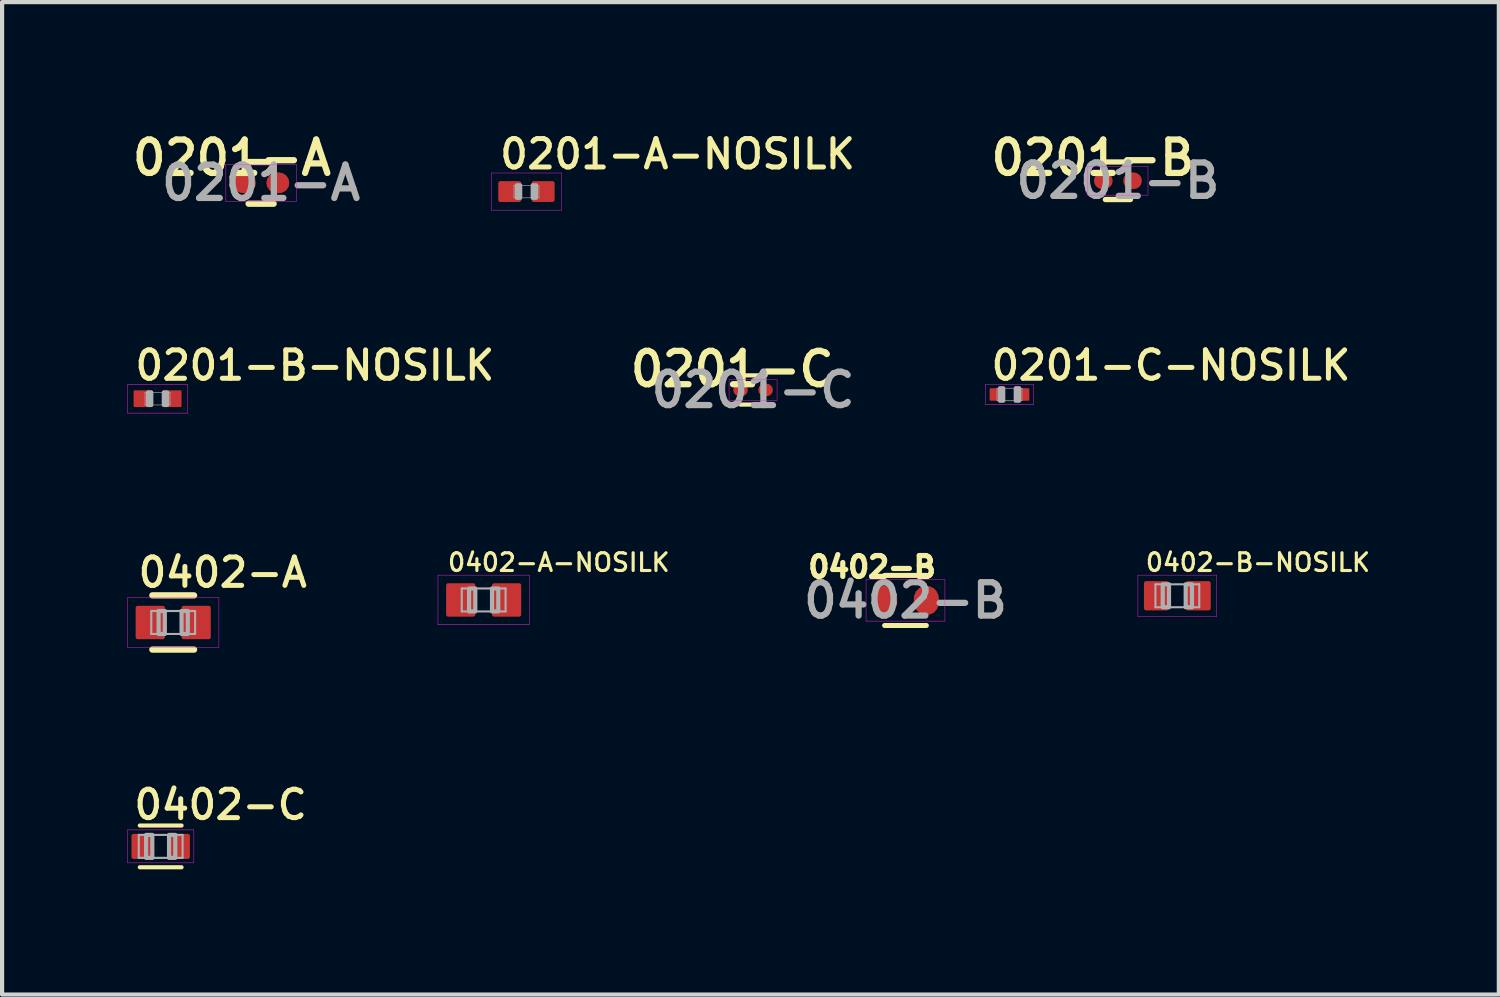
<source format=kicad_pcb>
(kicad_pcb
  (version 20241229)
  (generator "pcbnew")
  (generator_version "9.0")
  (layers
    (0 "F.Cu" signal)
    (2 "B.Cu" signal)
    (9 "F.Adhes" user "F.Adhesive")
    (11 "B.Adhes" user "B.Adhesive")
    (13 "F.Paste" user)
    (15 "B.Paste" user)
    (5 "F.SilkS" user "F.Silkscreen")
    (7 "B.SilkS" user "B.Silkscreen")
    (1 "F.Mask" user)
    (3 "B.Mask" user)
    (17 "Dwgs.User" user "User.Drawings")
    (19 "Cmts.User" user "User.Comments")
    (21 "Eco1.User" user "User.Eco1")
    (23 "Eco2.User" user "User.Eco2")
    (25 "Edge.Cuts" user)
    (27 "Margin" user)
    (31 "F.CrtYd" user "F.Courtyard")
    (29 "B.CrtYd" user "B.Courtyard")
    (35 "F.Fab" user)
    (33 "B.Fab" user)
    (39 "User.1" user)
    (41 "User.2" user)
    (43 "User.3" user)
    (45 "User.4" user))
  (footprint "0402-A-NOSILK"
    (layer "F.Cu")
    (at 8.539 11.325)
    (property "Reference" "0402-A-NOSILK" (at -0.9 -0.65 0) (layer "F.SilkS") (effects (font (size 0.425 0.425) (thickness 0.075)) (justify left bottom)))
    (fp_line (start -1.095 -0.595) (end -1.095 0.595) (stroke (width 0.01) (type solid)) (layer "F.CrtYd"))
    (fp_line (start -1.095 0.595) (end 1.095 0.595) (stroke (width 0.01) (type solid)) (layer "F.CrtYd"))
    (fp_line (start 1.095 -0.595) (end -1.095 -0.595) (stroke (width 0.01) (type solid)) (layer "F.CrtYd"))
    (fp_line (start 1.095 0.595) (end 1.095 -0.595) (stroke (width 0.01) (type solid)) (layer "F.CrtYd"))
    (fp_line (start -0.525 -0.275) (end 0.525 -0.275) (stroke (width 0.05) (type solid)) (layer "F.Fab"))
    (fp_line (start -0.525 0.275) (end -0.525 -0.275) (stroke (width 0.05) (type solid)) (layer "F.Fab"))
    (fp_line (start 0.525 -0.275) (end 0.525 0.275) (stroke (width 0.05) (type solid)) (layer "F.Fab"))
    (fp_line (start 0.525 0.275) (end -0.525 0.275) (stroke (width 0.05) (type solid)) (layer "F.Fab"))
    (fp_poly (pts (xy -0.35 0.275) (xy -0.2 0.275) (xy -0.2 -0.275) (xy -0.35 -0.275)) (stroke (width 0.1) (type default)) (fill no) (layer "F.Fab"))
    (fp_poly (pts (xy 0.2 0.275) (xy 0.35 0.275) (xy 0.35 -0.275) (xy 0.2 -0.275)) (stroke (width 0.1) (type default)) (fill no) (layer "F.Fab"))
    (pad "1" smd roundrect (at -0.55 0) (size 0.7 0.8) (layers "F.Cu" "F.Mask" "F.Paste") (roundrect_rratio 0.07))
    (pad "2" smd roundrect (at 0.55 0) (size 0.7 0.8) (layers "F.Cu" "F.Mask" "F.Paste") (roundrect_rratio 0.07)))
  (footprint "0201-C"
    (layer "F.Cu")
    (at 14.994 6.294)
    (property "Reference" "0201-C" (at -0.5 -0.5 0) (layer "F.SilkS") (effects (font (size 0.8 0.8) (thickness 0.15))))
    (attr through_hole)
    (fp_line (start -0.3 0.35) (end 0.3 0.35) (stroke (width 0.1) (type solid)) (layer "F.SilkS"))
    (fp_line (start 0.3 -0.35) (end -0.3 -0.35) (stroke (width 0.1) (type solid)) (layer "F.SilkS"))
    (fp_line (start -0.3 -0.15) (end -0.3 0.15) (stroke (width 0.015) (type solid)) (layer "Eco2.User"))
    (fp_line (start -0.3 -0.15) (end -0.3 0.15) (stroke (width 0.015) (type solid)) (layer "Eco2.User"))
    (fp_line (start -0.3 0.15) (end 0.3 0.15) (stroke (width 0.015) (type solid)) (layer "Eco2.User"))
    (fp_line (start -0.3 0.15) (end 0.3 0.15) (stroke (width 0.015) (type solid)) (layer "Eco2.User"))
    (fp_line (start 0.3 -0.15) (end -0.3 -0.15) (stroke (width 0.015) (type solid)) (layer "Eco2.User"))
    (fp_line (start 0.3 -0.15) (end -0.3 -0.15) (stroke (width 0.015) (type solid)) (layer "Eco2.User"))
    (fp_line (start 0.3 0.15) (end 0.3 -0.15) (stroke (width 0.015) (type solid)) (layer "Eco2.User"))
    (fp_line (start 0.3 0.15) (end 0.3 -0.15) (stroke (width 0.015) (type solid)) (layer "Eco2.User"))
    (fp_line (start -0.575 -0.245) (end -0.575 0.245) (stroke (width 0.01) (type solid)) (layer "F.CrtYd"))
    (fp_line (start -0.575 0.245) (end 0.575 0.245) (stroke (width 0.01) (type solid)) (layer "F.CrtYd"))
    (fp_line (start 0.575 -0.245) (end -0.575 -0.245) (stroke (width 0.01) (type solid)) (layer "F.CrtYd"))
    (fp_line (start 0.575 0.245) (end 0.575 -0.245) (stroke (width 0.01) (type solid)) (layer "F.CrtYd"))
    (fp_text user "${REFERENCE}" (at 0 0 0) (layer "F.Fab") (effects (font (size 0.8 0.8) (thickness 0.15))))
    (pad "1" smd roundrect (at -0.3 0) (size 0.35 0.3) (layers "F.Cu" "F.Mask" "F.Paste") (roundrect_rratio 0.5))
    (pad "2" smd roundrect (at 0.3 0) (size 0.35 0.3) (layers "F.Cu" "F.Mask" "F.Paste") (roundrect_rratio 0.5)))
  (footprint "0201-C-NOSILK"
    (layer "F.Cu")
    (at 21.138 6.402)
    (property "Reference" "0201-C-NOSILK" (at -0.5 -0.3 0) (layer "F.SilkS") (effects (font (size 0.68 0.68) (thickness 0.12)) (justify left bottom)))
    (fp_poly (pts (xy -0.54 0.21) (xy -0.06 0.21) (xy -0.06 -0.21) (xy -0.54 -0.21)) (stroke (width 0) (type default)) (fill yes) (layer "F.Mask"))
    (fp_poly (pts (xy 0.06 0.21) (xy 0.54 0.21) (xy 0.54 -0.21) (xy 0.06 -0.21)) (stroke (width 0) (type default)) (fill yes) (layer "F.Mask"))
    (fp_line (start -0.575 -0.245) (end -0.575 0.245) (stroke (width 0.01) (type solid)) (layer "F.CrtYd"))
    (fp_line (start -0.575 0.245) (end 0.575 0.245) (stroke (width 0.01) (type solid)) (layer "F.CrtYd"))
    (fp_line (start 0.575 -0.245) (end -0.575 -0.245) (stroke (width 0.01) (type solid)) (layer "F.CrtYd"))
    (fp_line (start 0.575 0.245) (end 0.575 -0.245) (stroke (width 0.01) (type solid)) (layer "F.CrtYd"))
    (fp_line (start -0.3 -0.15) (end -0.3 0.15) (stroke (width 0.015) (type solid)) (layer "F.Fab"))
    (fp_line (start -0.3 0.15) (end 0.3 0.15) (stroke (width 0.015) (type solid)) (layer "F.Fab"))
    (fp_line (start 0.3 -0.15) (end -0.3 -0.15) (stroke (width 0.015) (type solid)) (layer "F.Fab"))
    (fp_line (start 0.3 0.15) (end 0.3 -0.15) (stroke (width 0.015) (type solid)) (layer "F.Fab"))
    (fp_poly (pts (xy -0.23 0.15) (xy -0.15 0.15) (xy -0.15 -0.15) (xy -0.23 -0.15)) (stroke (width 0.1) (type default)) (fill no) (layer "F.Fab"))
    (fp_poly (pts (xy 0.15 0.15) (xy 0.23 0.15) (xy 0.23 -0.15) (xy 0.15 -0.15)) (stroke (width 0.1) (type default)) (fill no) (layer "F.Fab"))
    (pad "1" smd roundrect (at -0.3 0) (size 0.35 0.3) (layers "F.Cu" "F.Paste") (roundrect_rratio 0.08))
    (pad "2" smd roundrect (at 0.3 0) (size 0.35 0.3) (layers "F.Cu" "F.Paste") (roundrect_rratio 0.08)))
  (footprint "0201-A"
    (layer "F.Cu")
    (at 3.207 1.331)
    (property "Reference" "0201-A" (at -0.7 -0.6 0) (layer "F.SilkS") (effects (font (size 0.8 0.8) (thickness 0.15))))
    (attr through_hole)
    (fp_line (start -0.3 0.5) (end 0.3 0.5) (stroke (width 0.15) (type solid)) (layer "F.SilkS"))
    (fp_line (start 0.3 -0.5) (end -0.3 -0.5) (stroke (width 0.15) (type solid)) (layer "F.SilkS"))
    (fp_line (start -0.3 -0.15) (end -0.3 0.15) (stroke (width 0.015) (type solid)) (layer "Eco2.User"))
    (fp_line (start -0.3 -0.15) (end -0.3 0.15) (stroke (width 0.015) (type solid)) (layer "Eco2.User"))
    (fp_line (start -0.3 0.15) (end 0.3 0.15) (stroke (width 0.015) (type solid)) (layer "Eco2.User"))
    (fp_line (start -0.3 0.15) (end 0.3 0.15) (stroke (width 0.015) (type solid)) (layer "Eco2.User"))
    (fp_line (start 0.3 -0.15) (end -0.3 -0.15) (stroke (width 0.015) (type solid)) (layer "Eco2.User"))
    (fp_line (start 0.3 -0.15) (end -0.3 -0.15) (stroke (width 0.015) (type solid)) (layer "Eco2.User"))
    (fp_line (start 0.3 0.15) (end 0.3 -0.15) (stroke (width 0.015) (type solid)) (layer "Eco2.User"))
    (fp_line (start 0.3 0.15) (end 0.3 -0.15) (stroke (width 0.015) (type solid)) (layer "Eco2.User"))
    (fp_line (start -0.845 -0.445) (end -0.845 0.445) (stroke (width 0.01) (type solid)) (layer "F.CrtYd"))
    (fp_line (start -0.845 0.445) (end 0.845 0.445) (stroke (width 0.01) (type solid)) (layer "F.CrtYd"))
    (fp_line (start 0.845 -0.445) (end -0.845 -0.445) (stroke (width 0.01) (type solid)) (layer "F.CrtYd"))
    (fp_line (start 0.845 0.445) (end 0.845 -0.445) (stroke (width 0.01) (type solid)) (layer "F.CrtYd"))
    (fp_text user "${REFERENCE}" (at 0 0 0) (layer "F.Fab") (effects (font (size 0.8 0.8) (thickness 0.15))))
    (pad "1" smd roundrect (at -0.4 0) (size 0.55 0.5) (layers "F.Cu" "F.Mask" "F.Paste") (roundrect_rratio 0.5))
    (pad "2" smd roundrect (at 0.4 0) (size 0.55 0.5) (layers "F.Cu" "F.Mask" "F.Paste") (roundrect_rratio 0.5)))
  (footprint "0402-C"
    (layer "F.Cu")
    (at 0.8 17.23)
    (property "Reference" "0402-C" (at -0.7 -0.6 0) (layer "F.SilkS") (effects (font (size 0.68 0.68) (thickness 0.12)) (justify left bottom)))
    (fp_poly (pts (xy -0.76 0.36) (xy -0.14 0.36) (xy -0.14 -0.36) (xy -0.76 -0.36)) (stroke (width 0) (type default)) (fill yes) (layer "F.Mask"))
    (fp_poly (pts (xy 0.14 0.36) (xy 0.76 0.36) (xy 0.76 -0.36) (xy 0.14 -0.36)) (stroke (width 0) (type default)) (fill yes) (layer "F.Mask"))
    (fp_line (start -0.5 0.5) (end 0.5 0.5) (stroke (width 0.1) (type solid)) (layer "F.SilkS"))
    (fp_line (start 0.5 -0.5) (end -0.5 -0.5) (stroke (width 0.1) (type solid)) (layer "F.SilkS"))
    (fp_line (start -0.795 -0.395) (end -0.795 0.395) (stroke (width 0.01) (type solid)) (layer "F.CrtYd"))
    (fp_line (start -0.795 0.395) (end 0.795 0.395) (stroke (width 0.01) (type solid)) (layer "F.CrtYd"))
    (fp_line (start 0.795 -0.395) (end -0.795 -0.395) (stroke (width 0.01) (type solid)) (layer "F.CrtYd"))
    (fp_line (start 0.795 0.395) (end 0.795 -0.395) (stroke (width 0.01) (type solid)) (layer "F.CrtYd"))
    (fp_line (start -0.525 -0.275) (end 0.525 -0.275) (stroke (width 0.05) (type solid)) (layer "F.Fab"))
    (fp_line (start -0.525 0.275) (end -0.525 -0.275) (stroke (width 0.05) (type solid)) (layer "F.Fab"))
    (fp_line (start 0.525 -0.275) (end 0.525 0.275) (stroke (width 0.05) (type solid)) (layer "F.Fab"))
    (fp_line (start 0.525 0.275) (end -0.525 0.275) (stroke (width 0.05) (type solid)) (layer "F.Fab"))
    (fp_poly (pts (xy -0.35 0.275) (xy -0.2 0.275) (xy -0.2 -0.275) (xy -0.35 -0.275)) (stroke (width 0.1) (type default)) (fill no) (layer "F.Fab"))
    (fp_poly (pts (xy 0.2 0.275) (xy 0.35 0.275) (xy 0.35 -0.275) (xy 0.2 -0.275)) (stroke (width 0.1) (type default)) (fill no) (layer "F.Fab"))
    (pad "1" smd roundrect (at -0.45 0) (size 0.5 0.6) (layers "F.Cu" "F.Paste") (roundrect_rratio 0.1))
    (pad "2" smd roundrect (at 0.45 0) (size 0.5 0.6) (layers "F.Cu" "F.Paste") (roundrect_rratio 0.1)))
  (footprint "0402-B"
    (layer "F.Cu")
    (at 18.646 11.337)
    (property "Reference" "0402-B" (at -0.8 -0.8 0) (layer "F.SilkS") (effects (font (size 0.5 0.5) (thickness 0.15))))
    (attr through_hole)
    (fp_line (start -0.5 0.6) (end 0.5 0.6) (stroke (width 0.12) (type solid)) (layer "F.SilkS"))
    (fp_line (start 0.5 -0.6) (end -0.5 -0.6) (stroke (width 0.12) (type solid)) (layer "F.SilkS"))
    (fp_line (start -0.525 -0.275) (end 0.525 -0.275) (stroke (width 0.05) (type solid)) (layer "Eco2.User"))
    (fp_line (start -0.525 -0.275) (end 0.525 -0.275) (stroke (width 0.05) (type solid)) (layer "Eco2.User"))
    (fp_line (start -0.525 0.275) (end -0.525 -0.275) (stroke (width 0.05) (type solid)) (layer "Eco2.User"))
    (fp_line (start -0.525 0.275) (end -0.525 -0.275) (stroke (width 0.05) (type solid)) (layer "Eco2.User"))
    (fp_line (start 0.525 -0.275) (end 0.525 0.275) (stroke (width 0.05) (type solid)) (layer "Eco2.User"))
    (fp_line (start 0.525 -0.275) (end 0.525 0.275) (stroke (width 0.05) (type solid)) (layer "Eco2.User"))
    (fp_line (start 0.525 0.275) (end -0.525 0.275) (stroke (width 0.05) (type solid)) (layer "Eco2.User"))
    (fp_line (start 0.525 0.275) (end -0.525 0.275) (stroke (width 0.05) (type solid)) (layer "Eco2.User"))
    (fp_line (start -0.945 -0.495) (end -0.945 0.495) (stroke (width 0.01) (type solid)) (layer "F.CrtYd"))
    (fp_line (start -0.945 0.495) (end 0.945 0.495) (stroke (width 0.01) (type solid)) (layer "F.CrtYd"))
    (fp_line (start 0.945 -0.495) (end -0.945 -0.495) (stroke (width 0.01) (type solid)) (layer "F.CrtYd"))
    (fp_line (start 0.945 0.495) (end 0.945 -0.495) (stroke (width 0.01) (type solid)) (layer "F.CrtYd"))
    (fp_text user "${REFERENCE}" (at 0 0 0) (layer "F.Fab") (effects (font (size 0.8 0.8) (thickness 0.15))))
    (pad "1" smd roundrect (at -0.5 0) (size 0.6 0.7) (layers "F.Cu" "F.Mask" "F.Paste") (roundrect_rratio 0.5))
    (pad "2" smd roundrect (at 0.5 0) (size 0.6 0.7) (layers "F.Cu" "F.Mask" "F.Paste") (roundrect_rratio 0.5)))
  (footprint "0402-A"
    (layer "F.Cu")
    (at 1.1 11.865)
    (property "Reference" "0402-A" (at -0.9 -0.8 0) (layer "F.SilkS") (effects (font (size 0.68 0.68) (thickness 0.12)) (justify left bottom)))
    (fp_poly (pts (xy -0.96 0.46) (xy -0.14 0.46) (xy -0.14 -0.46) (xy -0.96 -0.46)) (stroke (width 0) (type default)) (fill yes) (layer "F.Mask"))
    (fp_poly (pts (xy 0.14 0.46) (xy 0.96 0.46) (xy 0.96 -0.46) (xy 0.14 -0.46)) (stroke (width 0) (type default)) (fill yes) (layer "F.Mask"))
    (fp_line (start -0.5 0.65) (end 0.5 0.65) (stroke (width 0.15) (type solid)) (layer "F.SilkS"))
    (fp_line (start 0.5 -0.65) (end -0.5 -0.65) (stroke (width 0.15) (type solid)) (layer "F.SilkS"))
    (fp_line (start -1.095 -0.595) (end -1.095 0.595) (stroke (width 0.01) (type solid)) (layer "F.CrtYd"))
    (fp_line (start -1.095 0.595) (end 1.095 0.595) (stroke (width 0.01) (type solid)) (layer "F.CrtYd"))
    (fp_line (start 1.095 -0.595) (end -1.095 -0.595) (stroke (width 0.01) (type solid)) (layer "F.CrtYd"))
    (fp_line (start 1.095 0.595) (end 1.095 -0.595) (stroke (width 0.01) (type solid)) (layer "F.CrtYd"))
    (fp_line (start -0.525 -0.275) (end 0.525 -0.275) (stroke (width 0.05) (type solid)) (layer "F.Fab"))
    (fp_line (start -0.525 0.275) (end -0.525 -0.275) (stroke (width 0.05) (type solid)) (layer "F.Fab"))
    (fp_line (start 0.525 -0.275) (end 0.525 0.275) (stroke (width 0.05) (type solid)) (layer "F.Fab"))
    (fp_line (start 0.525 0.275) (end -0.525 0.275) (stroke (width 0.05) (type solid)) (layer "F.Fab"))
    (fp_poly (pts (xy -0.35 0.275) (xy -0.2 0.275) (xy -0.2 -0.275) (xy -0.35 -0.275)) (stroke (width 0.1) (type default)) (fill no) (layer "F.Fab"))
    (fp_poly (pts (xy 0.2 0.275) (xy 0.35 0.275) (xy 0.35 -0.275) (xy 0.2 -0.275)) (stroke (width 0.1) (type default)) (fill no) (layer "F.Fab"))
    (pad "1" smd roundrect (at -0.55 0) (size 0.7 0.8) (layers "F.Cu" "F.Paste") (roundrect_rratio 0.07))
    (pad "2" smd roundrect (at 0.55 0) (size 0.7 0.8) (layers "F.Cu" "F.Paste") (roundrect_rratio 0.07)))
  (footprint "0201-A-NOSILK"
    (layer "F.Cu")
    (at 9.564 1.54)
    (property "Reference" "0201-A-NOSILK" (at -0.7 -0.5 0) (layer "F.SilkS") (effects (font (size 0.68 0.68) (thickness 0.12)) (justify left bottom)))
    (fp_poly (pts (xy -0.74 0.31) (xy -0.06 0.31) (xy -0.06 -0.31) (xy -0.74 -0.31)) (stroke (width 0) (type default)) (fill yes) (layer "F.Mask"))
    (fp_poly (pts (xy 0.06 0.31) (xy 0.74 0.31) (xy 0.74 -0.31) (xy 0.06 -0.31)) (stroke (width 0) (type default)) (fill yes) (layer "F.Mask"))
    (fp_line (start -0.845 -0.445) (end -0.845 0.445) (stroke (width 0.01) (type solid)) (layer "F.CrtYd"))
    (fp_line (start -0.845 0.445) (end 0.845 0.445) (stroke (width 0.01) (type solid)) (layer "F.CrtYd"))
    (fp_line (start 0.845 -0.445) (end -0.845 -0.445) (stroke (width 0.01) (type solid)) (layer "F.CrtYd"))
    (fp_line (start 0.845 0.445) (end 0.845 -0.445) (stroke (width 0.01) (type solid)) (layer "F.CrtYd"))
    (fp_line (start -0.3 -0.15) (end -0.3 0.15) (stroke (width 0.015) (type solid)) (layer "F.Fab"))
    (fp_line (start -0.3 0.15) (end 0.3 0.15) (stroke (width 0.015) (type solid)) (layer "F.Fab"))
    (fp_line (start 0.3 -0.15) (end -0.3 -0.15) (stroke (width 0.015) (type solid)) (layer "F.Fab"))
    (fp_line (start 0.3 0.15) (end 0.3 -0.15) (stroke (width 0.015) (type solid)) (layer "F.Fab"))
    (fp_poly (pts (xy -0.23 0.15) (xy -0.15 0.15) (xy -0.15 -0.15) (xy -0.23 -0.15)) (stroke (width 0.1) (type default)) (fill no) (layer "F.Fab"))
    (fp_poly (pts (xy 0.15 0.15) (xy 0.23 0.15) (xy 0.23 -0.15) (xy 0.15 -0.15)) (stroke (width 0.1) (type default)) (fill no) (layer "F.Fab"))
    (pad "1" smd roundrect (at -0.4 0) (size 0.55 0.5) (layers "F.Cu" "F.Paste") (roundrect_rratio 0.1))
    (pad "2" smd roundrect (at 0.4 0) (size 0.55 0.5) (layers "F.Cu" "F.Paste") (roundrect_rratio 0.1)))
  (footprint "0201-B"
    (layer "F.Cu")
    (at 23.736 1.281)
    (property "Reference" "0201-B" (at -0.6 -0.55 0) (layer "F.SilkS") (effects (font (size 0.8 0.8) (thickness 0.15))))
    (attr through_hole)
    (fp_line (start -0.3 0.45) (end 0.3 0.45) (stroke (width 0.127) (type solid)) (layer "F.SilkS"))
    (fp_line (start 0.3 -0.45) (end -0.3 -0.45) (stroke (width 0.127) (type solid)) (layer "F.SilkS"))
    (fp_line (start -0.3 -0.15) (end -0.3 0.15) (stroke (width 0.015) (type solid)) (layer "Eco2.User"))
    (fp_line (start -0.3 -0.15) (end -0.3 0.15) (stroke (width 0.015) (type solid)) (layer "Eco2.User"))
    (fp_line (start -0.3 0.15) (end 0.3 0.15) (stroke (width 0.015) (type solid)) (layer "Eco2.User"))
    (fp_line (start -0.3 0.15) (end 0.3 0.15) (stroke (width 0.015) (type solid)) (layer "Eco2.User"))
    (fp_line (start 0.3 -0.15) (end -0.3 -0.15) (stroke (width 0.015) (type solid)) (layer "Eco2.User"))
    (fp_line (start 0.3 -0.15) (end -0.3 -0.15) (stroke (width 0.015) (type solid)) (layer "Eco2.User"))
    (fp_line (start 0.3 0.15) (end 0.3 -0.15) (stroke (width 0.015) (type solid)) (layer "Eco2.User"))
    (fp_line (start 0.3 0.15) (end 0.3 -0.15) (stroke (width 0.015) (type solid)) (layer "Eco2.User"))
    (fp_line (start -0.72 -0.345) (end -0.72 0.345) (stroke (width 0.01) (type solid)) (layer "F.CrtYd"))
    (fp_line (start -0.72 0.345) (end 0.72 0.345) (stroke (width 0.01) (type solid)) (layer "F.CrtYd"))
    (fp_line (start 0.72 -0.345) (end -0.72 -0.345) (stroke (width 0.01) (type solid)) (layer "F.CrtYd"))
    (fp_line (start 0.72 0.345) (end 0.72 -0.345) (stroke (width 0.01) (type solid)) (layer "F.CrtYd"))
    (fp_text user "${REFERENCE}" (at 0 0 0) (layer "F.Fab") (effects (font (size 0.8 0.8) (thickness 0.15))))
    (pad "1" smd roundrect (at -0.35 0) (size 0.45 0.4) (layers "F.Cu" "F.Mask" "F.Paste") (roundrect_rratio 0.5))
    (pad "2" smd roundrect (at 0.35 0) (size 0.45 0.4) (layers "F.Cu" "F.Mask" "F.Paste") (roundrect_rratio 0.5)))
  (footprint "0402-B-NOSILK"
    (layer "F.Cu")
    (at 25.16 11.225)
    (property "Reference" "0402-B-NOSILK" (at -0.8 -0.55 0) (layer "F.SilkS") (effects (font (size 0.425 0.425) (thickness 0.075)) (justify left bottom)))
    (fp_poly (pts (xy -0.86 0.41) (xy -0.14 0.41) (xy -0.14 -0.41) (xy -0.86 -0.41)) (stroke (width 0) (type default)) (fill yes) (layer "F.Mask"))
    (fp_poly (pts (xy 0.14 0.41) (xy 0.86 0.41) (xy 0.86 -0.41) (xy 0.14 -0.41)) (stroke (width 0) (type default)) (fill yes) (layer "F.Mask"))
    (fp_line (start -0.945 -0.495) (end -0.945 0.495) (stroke (width 0.01) (type solid)) (layer "F.CrtYd"))
    (fp_line (start -0.945 0.495) (end 0.945 0.495) (stroke (width 0.01) (type solid)) (layer "F.CrtYd"))
    (fp_line (start 0.945 -0.495) (end -0.945 -0.495) (stroke (width 0.01) (type solid)) (layer "F.CrtYd"))
    (fp_line (start 0.945 0.495) (end 0.945 -0.495) (stroke (width 0.01) (type solid)) (layer "F.CrtYd"))
    (fp_line (start -0.525 -0.275) (end 0.525 -0.275) (stroke (width 0.05) (type solid)) (layer "F.Fab"))
    (fp_line (start -0.525 0.275) (end -0.525 -0.275) (stroke (width 0.05) (type solid)) (layer "F.Fab"))
    (fp_line (start 0.525 -0.275) (end 0.525 0.275) (stroke (width 0.05) (type solid)) (layer "F.Fab"))
    (fp_line (start 0.525 0.275) (end -0.525 0.275) (stroke (width 0.05) (type solid)) (layer "F.Fab"))
    (fp_poly (pts (xy -0.35 0.275) (xy -0.2 0.275) (xy -0.2 -0.275) (xy -0.35 -0.275)) (stroke (width 0.1) (type default)) (fill no) (layer "F.Fab"))
    (fp_poly (pts (xy 0.2 0.275) (xy 0.35 0.275) (xy 0.35 -0.275) (xy 0.2 -0.275)) (stroke (width 0.1) (type default)) (fill no) (layer "F.Fab"))
    (pad "1" smd roundrect (at -0.5 0) (size 0.6 0.7) (layers "F.Cu" "F.Paste") (roundrect_rratio 0.085))
    (pad "2" smd roundrect (at 0.5 0) (size 0.6 0.7) (layers "F.Cu" "F.Paste") (roundrect_rratio 0.085)))
  (footprint "0201-B-NOSILK"
    (layer "F.Cu")
    (at 0.725 6.503)
    (property "Reference" "0201-B-NOSILK" (at -0.6 -0.4 0) (layer "F.SilkS") (effects (font (size 0.68 0.68) (thickness 0.12)) (justify left bottom)))
    (fp_poly (pts (xy -0.64 0.26) (xy -0.06 0.26) (xy -0.06 -0.26) (xy -0.64 -0.26)) (stroke (width 0) (type default)) (fill yes) (layer "F.Mask"))
    (fp_poly (pts (xy 0.06 0.26) (xy 0.64 0.26) (xy 0.64 -0.26) (xy 0.06 -0.26)) (stroke (width 0) (type default)) (fill yes) (layer "F.Mask"))
    (fp_line (start -0.72 -0.345) (end -0.72 0.345) (stroke (width 0.01) (type solid)) (layer "F.CrtYd"))
    (fp_line (start -0.72 0.345) (end 0.72 0.345) (stroke (width 0.01) (type solid)) (layer "F.CrtYd"))
    (fp_line (start 0.72 -0.345) (end -0.72 -0.345) (stroke (width 0.01) (type solid)) (layer "F.CrtYd"))
    (fp_line (start 0.72 0.345) (end 0.72 -0.345) (stroke (width 0.01) (type solid)) (layer "F.CrtYd"))
    (fp_line (start -0.3 -0.15) (end -0.3 0.15) (stroke (width 0.015) (type solid)) (layer "F.Fab"))
    (fp_line (start -0.3 0.15) (end 0.3 0.15) (stroke (width 0.015) (type solid)) (layer "F.Fab"))
    (fp_line (start 0.3 -0.15) (end -0.3 -0.15) (stroke (width 0.015) (type solid)) (layer "F.Fab"))
    (fp_line (start 0.3 0.15) (end 0.3 -0.15) (stroke (width 0.015) (type solid)) (layer "F.Fab"))
    (fp_poly (pts (xy -0.23 0.15) (xy -0.15 0.15) (xy -0.15 -0.15) (xy -0.23 -0.15)) (stroke (width 0.1) (type default)) (fill no) (layer "F.Fab"))
    (fp_poly (pts (xy 0.15 0.15) (xy 0.23 0.15) (xy 0.23 -0.15) (xy 0.15 -0.15)) (stroke (width 0.1) (type default)) (fill no) (layer "F.Fab"))
    (pad "1" smd roundrect (at -0.35 0) (size 0.45 0.4) (layers "F.Cu" "F.Paste") (roundrect_rratio 0.06))
    (pad "2" smd roundrect (at 0.35 0) (size 0.45 0.4) (layers "F.Cu" "F.Paste") (roundrect_rratio 0.06)))
  (gr_rect
    (start -3 -3)
    (end 32.863 20.78)
    (stroke (width 0.1) (type default))
    (fill no)
    (layer "Edge.Cuts")))
</source>
